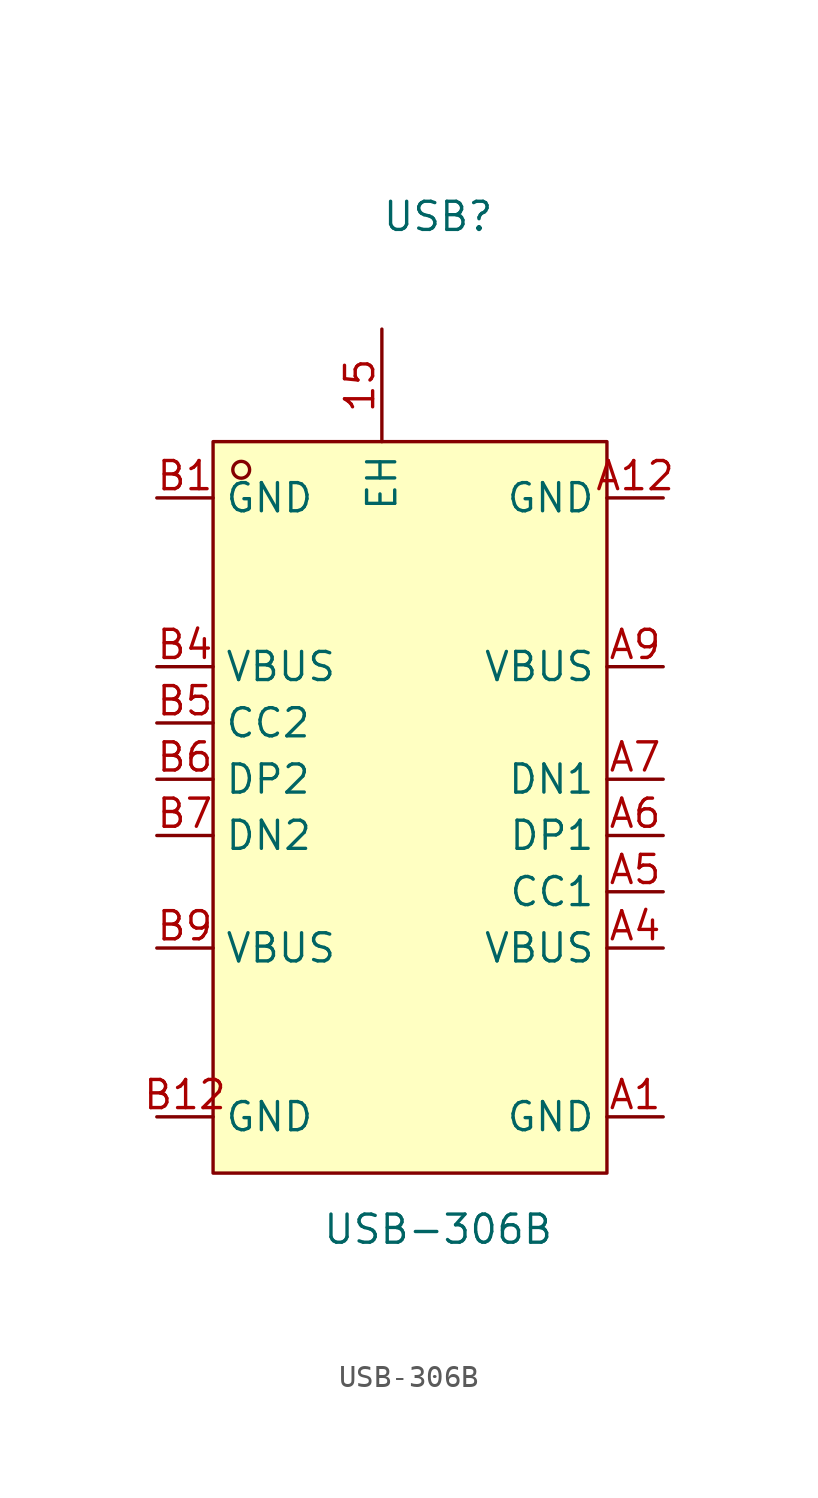
<source format=kicad_sym>
(kicad_symbol_lib
  (version 20211014)
  (generator https://github.com/uPesy/easyeda2kicad.py)
  (symbol "USB-306B"
    (property "Reference" "USB"
      (at 0 22.86 0)
      (effects (font (size 1.27 1.27))))
    (property "Value" "USB-306B"
      (at 0 -22.86 0)
      (effects (font (size 1.27 1.27))))
    (symbol "USB-306B_0_1"
      (rectangle (start -10.16 12.70) (end 7.62 -20.32) (stroke (width 0) (type default) (color 0 0 0 0)) (fill (type background)))
      (circle (center -8.89 11.43) (radius 0.38) (stroke (width 0) (type default) (color 0 0 0 0)) (fill (type none)))
      (pin unspecified line (at 10.16 10.16 180) (length 2.54) (name "GND" (effects (font (size 1.27 1.27)))) (number "A12" (effects (font (size 1.27 1.27)))))
      (pin unspecified line (at 10.16 2.54 180) (length 2.54) (name "VBUS" (effects (font (size 1.27 1.27)))) (number "A9" (effects (font (size 1.27 1.27)))))
      (pin unspecified line (at 10.16 -2.54 180) (length 2.54) (name "DN1" (effects (font (size 1.27 1.27)))) (number "A7" (effects (font (size 1.27 1.27)))))
      (pin unspecified line (at 10.16 -5.08 180) (length 2.54) (name "DP1" (effects (font (size 1.27 1.27)))) (number "A6" (effects (font (size 1.27 1.27)))))
      (pin unspecified line (at 10.16 -7.62 180) (length 2.54) (name "CC1" (effects (font (size 1.27 1.27)))) (number "A5" (effects (font (size 1.27 1.27)))))
      (pin unspecified line (at 10.16 -10.16 180) (length 2.54) (name "VBUS" (effects (font (size 1.27 1.27)))) (number "A4" (effects (font (size 1.27 1.27)))))
      (pin unspecified line (at 10.16 -17.78 180) (length 2.54) (name "GND" (effects (font (size 1.27 1.27)))) (number "A1" (effects (font (size 1.27 1.27)))))
      (pin unspecified line (at -2.54 17.78 270) (length 5.08) (name "EH" (effects (font (size 1.27 1.27)))) (number "15" (effects (font (size 1.27 1.27)))))
      (pin unspecified line (at -12.70 -17.78 0) (length 2.54) (name "GND" (effects (font (size 1.27 1.27)))) (number "B12" (effects (font (size 1.27 1.27)))))
      (pin unspecified line (at -12.70 -10.16 0) (length 2.54) (name "VBUS" (effects (font (size 1.27 1.27)))) (number "B9" (effects (font (size 1.27 1.27)))))
      (pin unspecified line (at -12.70 -5.08 0) (length 2.54) (name "DN2" (effects (font (size 1.27 1.27)))) (number "B7" (effects (font (size 1.27 1.27)))))
      (pin unspecified line (at -12.70 -2.54 0) (length 2.54) (name "DP2" (effects (font (size 1.27 1.27)))) (number "B6" (effects (font (size 1.27 1.27)))))
      (pin unspecified line (at -12.70 -0.00 0) (length 2.54) (name "CC2" (effects (font (size 1.27 1.27)))) (number "B5" (effects (font (size 1.27 1.27)))))
      (pin unspecified line (at -12.70 2.54 0) (length 2.54) (name "VBUS" (effects (font (size 1.27 1.27)))) (number "B4" (effects (font (size 1.27 1.27)))))
      (pin unspecified line (at -12.70 10.16 0) (length 2.54) (name "GND" (effects (font (size 1.27 1.27)))) (number "B1" (effects (font (size 1.27 1.27))))))))
</source>
